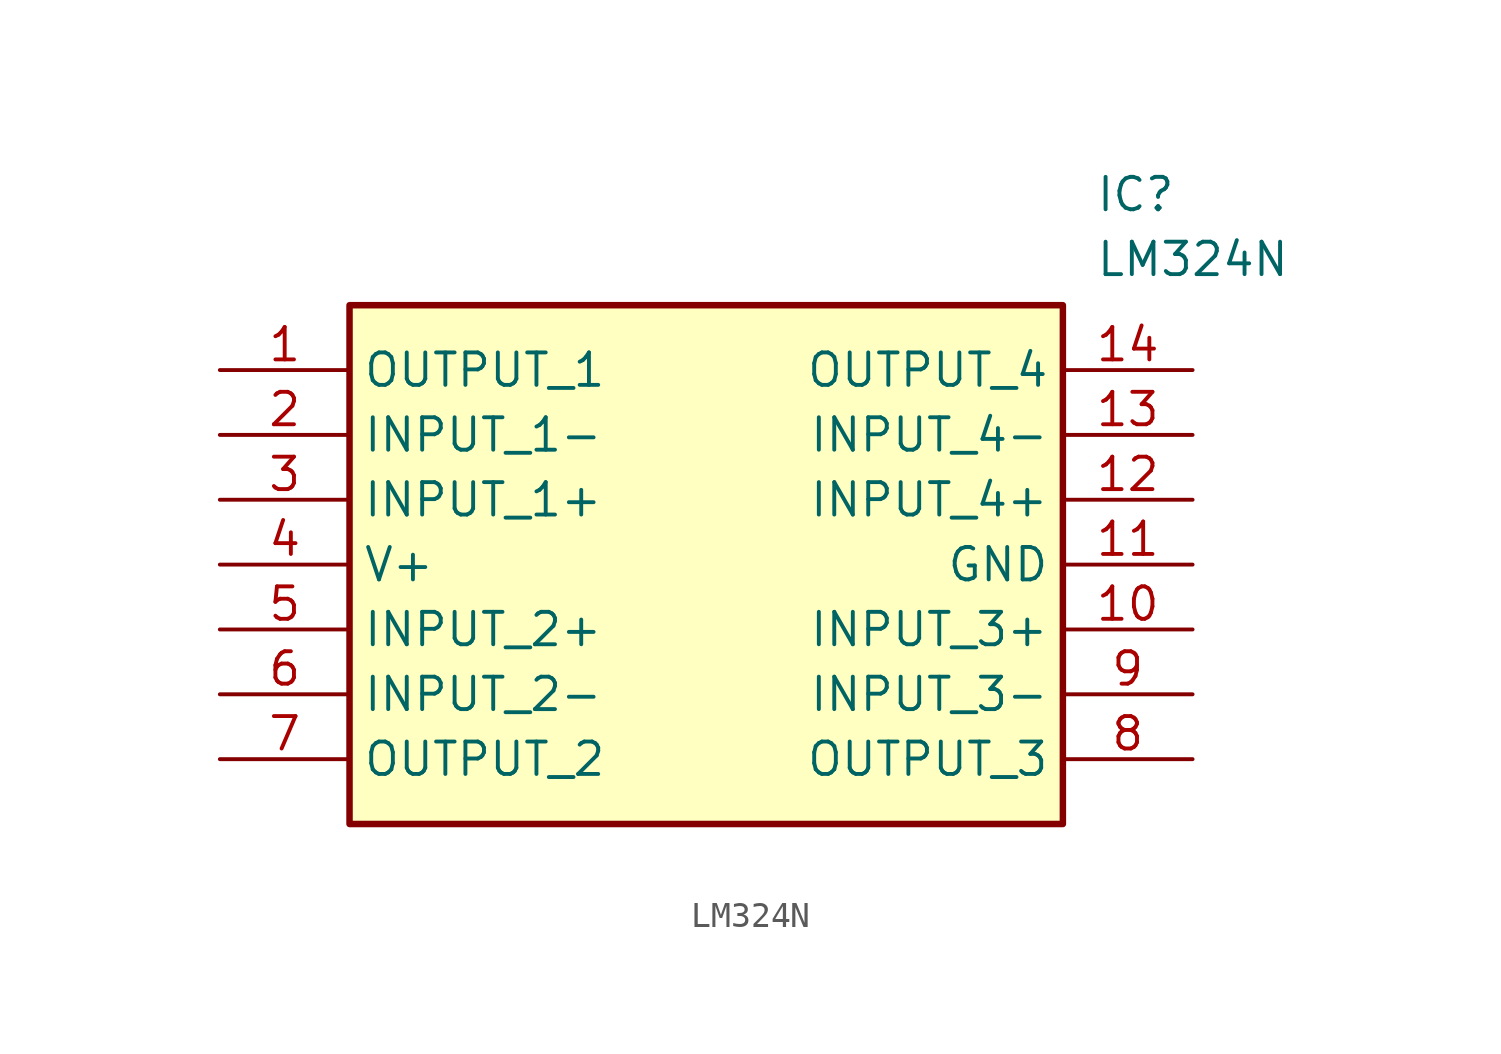
<source format=kicad_sym>
(kicad_symbol_lib
  (version 20241209)
  (generator "kicad_symbol_editor")
  (generator_version "9.0")
  (symbol "LM324N"
    (property "Reference" "IC"
      (at 34.29 7.62 0)
      (effects (font (size 1.27 1.27)) (justify left top)))
    (property "Value" "LM324N"
      (at 34.29 5.08 0)
      (effects (font (size 1.27 1.27)) (justify left top)))
    (symbol "LM324N_1_1"
      (rectangle (start 5.08 2.54) (end 33.02 -17.78) (stroke (width 0.254) (type default)) (fill (type background)))
      (pin passive line (at 0 0 0) (length 5.08) (name "OUTPUT_1" (effects (font (size 1.27 1.27)))) (number "1" (effects (font (size 1.27 1.27)))))
      (pin passive line (at 0 -2.54 0) (length 5.08) (name "INPUT_1-" (effects (font (size 1.27 1.27)))) (number "2" (effects (font (size 1.27 1.27)))))
      (pin passive line (at 0 -5.08 0) (length 5.08) (name "INPUT_1+" (effects (font (size 1.27 1.27)))) (number "3" (effects (font (size 1.27 1.27)))))
      (pin passive line (at 0 -7.62 0) (length 5.08) (name "V+" (effects (font (size 1.27 1.27)))) (number "4" (effects (font (size 1.27 1.27)))))
      (pin passive line (at 0 -10.16 0) (length 5.08) (name "INPUT_2+" (effects (font (size 1.27 1.27)))) (number "5" (effects (font (size 1.27 1.27)))))
      (pin passive line (at 0 -12.7 0) (length 5.08) (name "INPUT_2-" (effects (font (size 1.27 1.27)))) (number "6" (effects (font (size 1.27 1.27)))))
      (pin passive line (at 0 -15.24 0) (length 5.08) (name "OUTPUT_2" (effects (font (size 1.27 1.27)))) (number "7" (effects (font (size 1.27 1.27)))))
      (pin passive line (at 38.1 0 180) (length 5.08) (name "OUTPUT_4" (effects (font (size 1.27 1.27)))) (number "14" (effects (font (size 1.27 1.27)))))
      (pin passive line (at 38.1 -2.54 180) (length 5.08) (name "INPUT_4-" (effects (font (size 1.27 1.27)))) (number "13" (effects (font (size 1.27 1.27)))))
      (pin passive line (at 38.1 -5.08 180) (length 5.08) (name "INPUT_4+" (effects (font (size 1.27 1.27)))) (number "12" (effects (font (size 1.27 1.27)))))
      (pin passive line (at 38.1 -7.62 180) (length 5.08) (name "GND" (effects (font (size 1.27 1.27)))) (number "11" (effects (font (size 1.27 1.27)))))
      (pin passive line (at 38.1 -10.16 180) (length 5.08) (name "INPUT_3+" (effects (font (size 1.27 1.27)))) (number "10" (effects (font (size 1.27 1.27)))))
      (pin passive line (at 38.1 -12.7 180) (length 5.08) (name "INPUT_3-" (effects (font (size 1.27 1.27)))) (number "9" (effects (font (size 1.27 1.27)))))
      (pin passive line (at 38.1 -15.24 180) (length 5.08) (name "OUTPUT_3" (effects (font (size 1.27 1.27)))) (number "8" (effects (font (size 1.27 1.27))))))))
</source>
